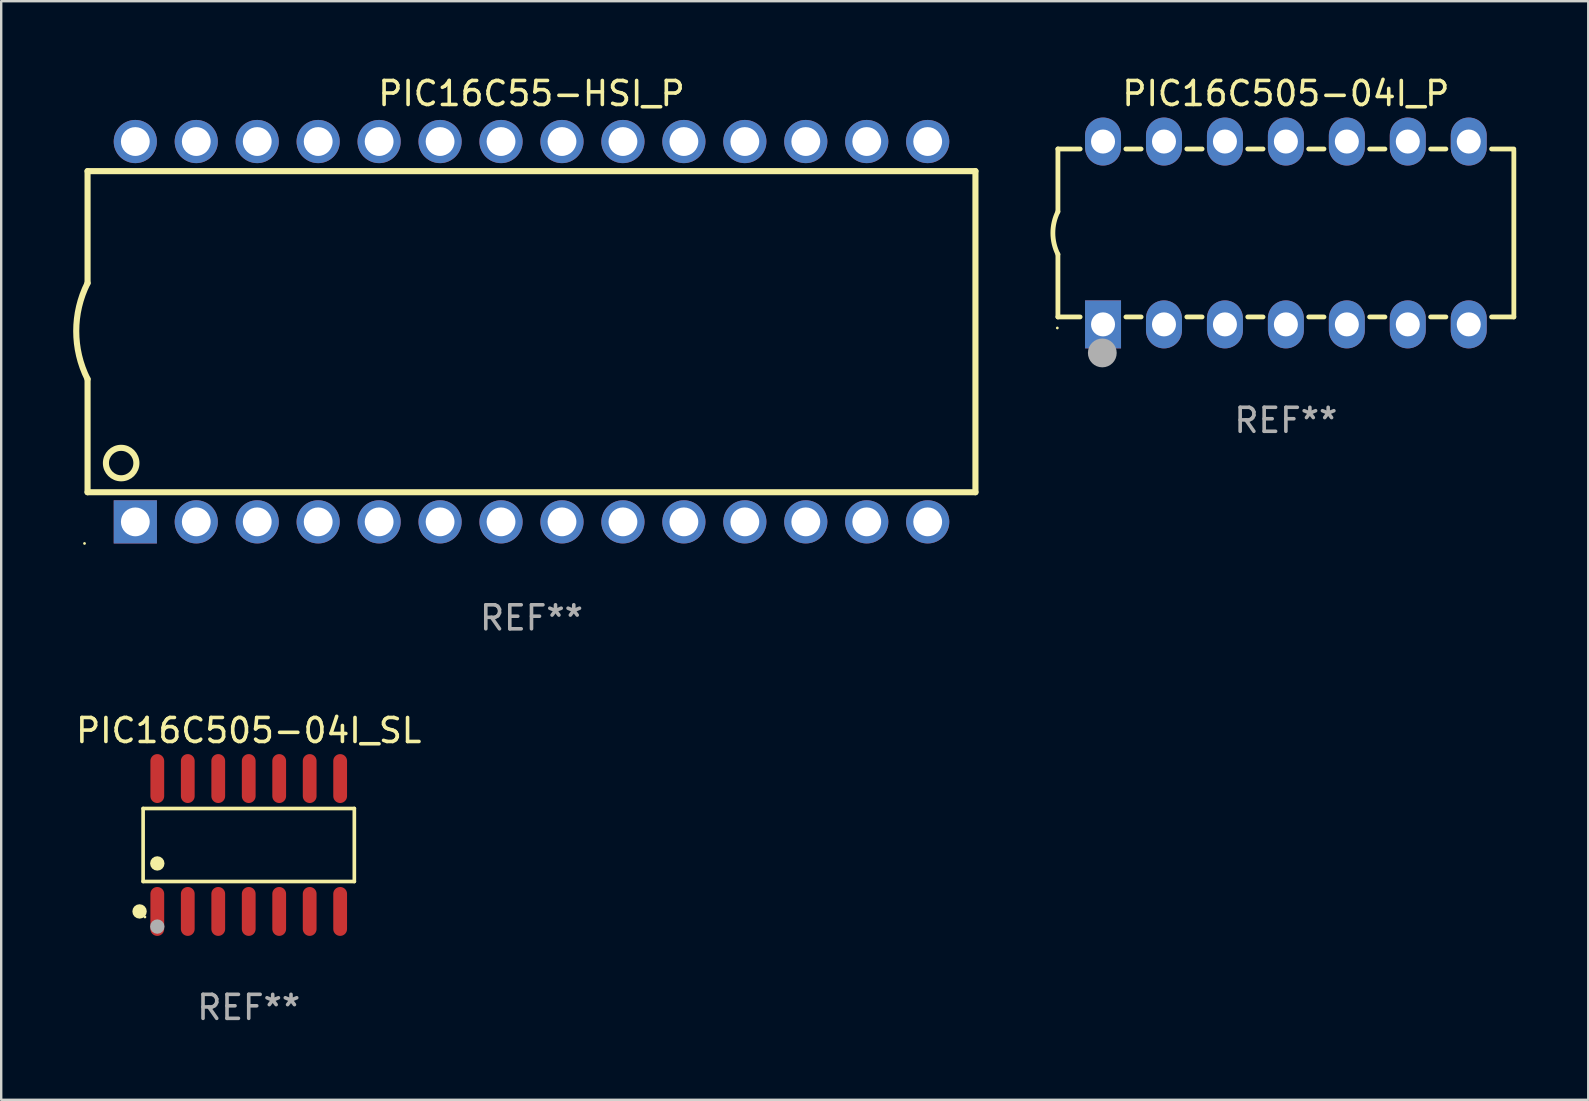
<source format=kicad_pcb>
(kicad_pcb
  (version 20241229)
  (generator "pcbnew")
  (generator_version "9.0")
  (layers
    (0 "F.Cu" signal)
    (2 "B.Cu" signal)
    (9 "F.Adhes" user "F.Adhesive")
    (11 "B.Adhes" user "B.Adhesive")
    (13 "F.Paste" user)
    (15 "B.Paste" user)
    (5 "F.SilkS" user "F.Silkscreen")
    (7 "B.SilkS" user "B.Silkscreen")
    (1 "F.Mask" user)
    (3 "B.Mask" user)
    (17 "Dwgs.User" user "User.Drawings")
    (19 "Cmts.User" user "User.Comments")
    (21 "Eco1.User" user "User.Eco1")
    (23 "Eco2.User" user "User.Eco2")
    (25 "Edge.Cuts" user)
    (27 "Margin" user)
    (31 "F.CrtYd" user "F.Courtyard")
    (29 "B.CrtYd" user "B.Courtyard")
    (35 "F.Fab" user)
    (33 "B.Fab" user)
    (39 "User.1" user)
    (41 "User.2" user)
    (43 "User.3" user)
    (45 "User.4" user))
  (footprint "PIC16C505-04I_P"
    (layer "F.Cu")
    (at 50.536 6.658)
    (property "Reference" "PIC16C505-04I_P" (at 0 -5.81 0) (layer "F.SilkS") (effects (font (size 1 1) (thickness 0.15))))
    (attr through_hole)
    (fp_line (start -9.5 -3.5) (end -9.5 -0.889) (stroke (width 0.2) (type solid)) (layer "F.SilkS"))
    (fp_line (start -9.5 -3.5) (end -8.572 -3.5) (stroke (width 0.2) (type solid)) (layer "F.SilkS"))
    (fp_line (start -9.5 3.5) (end -9.5 0.889) (stroke (width 0.2) (type solid)) (layer "F.SilkS"))
    (fp_line (start -9.5 3.5) (end -8.574 3.5) (stroke (width 0.2) (type solid)) (layer "F.SilkS"))
    (fp_line (start -6.668 -3.5) (end -6.032 -3.5) (stroke (width 0.2) (type solid)) (layer "F.SilkS"))
    (fp_line (start -6.666 3.5) (end -6.032 3.5) (stroke (width 0.2) (type solid)) (layer "F.SilkS"))
    (fp_line (start -4.128 -3.5) (end -3.492 -3.5) (stroke (width 0.2) (type solid)) (layer "F.SilkS"))
    (fp_line (start -4.128 3.5) (end -3.492 3.5) (stroke (width 0.2) (type solid)) (layer "F.SilkS"))
    (fp_line (start -1.588 -3.5) (end -0.952 -3.5) (stroke (width 0.2) (type solid)) (layer "F.SilkS"))
    (fp_line (start -1.588 3.5) (end -0.952 3.5) (stroke (width 0.2) (type solid)) (layer "F.SilkS"))
    (fp_line (start 0.952 -3.5) (end 1.588 -3.5) (stroke (width 0.2) (type solid)) (layer "F.SilkS"))
    (fp_line (start 0.952 3.5) (end 1.588 3.5) (stroke (width 0.2) (type solid)) (layer "F.SilkS"))
    (fp_line (start 3.492 -3.5) (end 4.128 -3.5) (stroke (width 0.2) (type solid)) (layer "F.SilkS"))
    (fp_line (start 3.492 3.5) (end 4.128 3.5) (stroke (width 0.2) (type solid)) (layer "F.SilkS"))
    (fp_line (start 6.032 -3.5) (end 6.668 -3.5) (stroke (width 0.2) (type solid)) (layer "F.SilkS"))
    (fp_line (start 6.032 3.5) (end 6.668 3.5) (stroke (width 0.2) (type solid)) (layer "F.SilkS"))
    (fp_line (start 8.572 -3.5) (end 9.5 -3.5) (stroke (width 0.2) (type solid)) (layer "F.SilkS"))
    (fp_line (start 8.572 3.5) (end 9.5 3.5) (stroke (width 0.2) (type solid)) (layer "F.SilkS"))
    (fp_line (start 9.5 3.5) (end 9.5 -3.429) (stroke (width 0.2) (type solid)) (layer "F.SilkS"))
    (fp_arc (start -9.499619 0.889001) (mid -9.709623 0.000047) (end -9.500025 -0.889002) (stroke (width 0.2) (type solid)) (layer "F.SilkS"))
    (fp_circle (center -9.525 3.96) (end -9.495 3.96) (stroke (width 0.06) (type solid)) (fill no) (layer "F.SilkS"))
    (fp_circle (center -7.65 5) (end -7.35 5) (stroke (width 0.6) (type solid)) (fill no) (layer "F.Fab"))
    (fp_text user "REF**" (at 0 7.81 0) (layer "F.Fab") (effects (font (size 1 1) (thickness 0.15))))
    (pad "1" thru_hole rect (at -7.62 3.81 90) (size 2 1.5) (drill 1) (layers "*.Cu" "*.Mask"))
    (pad "2" thru_hole oval (at -5.08 3.81 90) (size 2 1.5) (drill 1) (layers "*.Cu" "*.Mask"))
    (pad "3" thru_hole oval (at -2.54 3.81 90) (size 2 1.5) (drill 1) (layers "*.Cu" "*.Mask"))
    (pad "4" thru_hole oval (at 0 3.81 90) (size 2 1.5) (drill 1) (layers "*.Cu" "*.Mask"))
    (pad "5" thru_hole oval (at 2.54 3.81 90) (size 2 1.5) (drill 1) (layers "*.Cu" "*.Mask"))
    (pad "6" thru_hole oval (at 5.08 3.81 90) (size 2 1.5) (drill 1) (layers "*.Cu" "*.Mask"))
    (pad "7" thru_hole oval (at 7.62 3.81 90) (size 2 1.5) (drill 1) (layers "*.Cu" "*.Mask"))
    (pad "8" thru_hole oval (at 7.62 -3.81 90) (size 2 1.5) (drill 1) (layers "*.Cu" "*.Mask"))
    (pad "9" thru_hole oval (at 5.08 -3.81 90) (size 2 1.5) (drill 1) (layers "*.Cu" "*.Mask"))
    (pad "10" thru_hole oval (at 2.54 -3.81 90) (size 2 1.5) (drill 1) (layers "*.Cu" "*.Mask"))
    (pad "11" thru_hole oval (at 0 -3.81 90) (size 2 1.5) (drill 1) (layers "*.Cu" "*.Mask"))
    (pad "12" thru_hole oval (at -2.54 -3.81 90) (size 2 1.5) (drill 1) (layers "*.Cu" "*.Mask"))
    (pad "13" thru_hole oval (at -5.08 -3.81 90) (size 2 1.5) (drill 1) (layers "*.Cu" "*.Mask"))
    (pad "14" thru_hole oval (at -7.62 -3.81 90) (size 2 1.5) (drill 1) (layers "*.Cu" "*.Mask")))
  (footprint "PIC16C505-04I_SL"
    (layer "F.Cu")
    (at 7.315 32.163)
    (property "Reference" "PIC16C505-04I_SL" (at 0 -4.769 0) (layer "F.SilkS") (effects (font (size 1 1) (thickness 0.15))))
    (attr through_hole)
    (fp_line (start -4.401 -1.521) (end 4.401 -1.521) (stroke (width 0.152) (type solid)) (layer "F.SilkS"))
    (fp_line (start -4.401 1.521) (end -4.401 -1.521) (stroke (width 0.152) (type solid)) (layer "F.SilkS"))
    (fp_line (start 4.401 -1.521) (end 4.401 1.521) (stroke (width 0.152) (type solid)) (layer "F.SilkS"))
    (fp_line (start 4.401 1.521) (end -4.401 1.521) (stroke (width 0.152) (type solid)) (layer "F.SilkS"))
    (fp_circle (center -4.549 2.769) (end -4.399 2.769) (stroke (width 0.3) (type solid)) (fill no) (layer "F.SilkS"))
    (fp_circle (center -4.325 3) (end -4.295 3) (stroke (width 0.06) (type solid)) (fill no) (layer "F.SilkS"))
    (fp_circle (center -3.81 0.769) (end -3.66 0.769) (stroke (width 0.3) (type solid)) (fill no) (layer "F.SilkS"))
    (fp_circle (center -3.81 3.4) (end -3.66 3.4) (stroke (width 0.3) (type solid)) (fill no) (layer "F.Fab"))
    (fp_text user "REF**" (at 0 6.769 0) (layer "F.Fab") (effects (font (size 1 1) (thickness 0.15))))
    (pad "1" smd oval (at -3.81 2.769) (size 0.574 2.038) (layers "F.Cu" "F.Mask" "F.Paste"))
    (pad "2" smd oval (at -2.54 2.769) (size 0.574 2.038) (layers "F.Cu" "F.Mask" "F.Paste"))
    (pad "3" smd oval (at -1.27 2.769) (size 0.574 2.038) (layers "F.Cu" "F.Mask" "F.Paste"))
    (pad "4" smd oval (at 0 2.769) (size 0.574 2.038) (layers "F.Cu" "F.Mask" "F.Paste"))
    (pad "5" smd oval (at 1.27 2.769) (size 0.574 2.038) (layers "F.Cu" "F.Mask" "F.Paste"))
    (pad "6" smd oval (at 2.54 2.769) (size 0.574 2.038) (layers "F.Cu" "F.Mask" "F.Paste"))
    (pad "7" smd oval (at 3.81 2.769) (size 0.574 2.038) (layers "F.Cu" "F.Mask" "F.Paste"))
    (pad "8" smd oval (at 3.81 -2.769) (size 0.574 2.038) (layers "F.Cu" "F.Mask" "F.Paste"))
    (pad "9" smd oval (at 2.54 -2.769) (size 0.574 2.038) (layers "F.Cu" "F.Mask" "F.Paste"))
    (pad "10" smd oval (at 1.27 -2.769) (size 0.574 2.038) (layers "F.Cu" "F.Mask" "F.Paste"))
    (pad "11" smd oval (at 0 -2.769) (size 0.574 2.038) (layers "F.Cu" "F.Mask" "F.Paste"))
    (pad "12" smd oval (at -1.27 -2.769) (size 0.574 2.038) (layers "F.Cu" "F.Mask" "F.Paste"))
    (pad "13" smd oval (at -2.54 -2.769) (size 0.574 2.038) (layers "F.Cu" "F.Mask" "F.Paste"))
    (pad "14" smd oval (at -3.81 -2.769) (size 0.574 2.038) (layers "F.Cu" "F.Mask" "F.Paste")))
  (footprint "PIC16C55-HSI_P"
    (layer "F.Cu")
    (at 19.099 10.773)
    (property "Reference" "PIC16C55-HSI_P" (at 0 -9.925 0) (layer "F.SilkS") (effects (font (size 1 1) (thickness 0.15))))
    (attr through_hole)
    (fp_line (start -18.5 -6.692) (end -18.5 -2.026) (stroke (width 0.254) (type solid)) (layer "F.SilkS"))
    (fp_line (start -18.5 6.689) (end -18.5 1.974) (stroke (width 0.254) (type solid)) (layer "F.SilkS"))
    (fp_line (start -18.5 6.689) (end 18.5 6.689) (stroke (width 0.254) (type solid)) (layer "F.SilkS"))
    (fp_line (start 18.5 -6.692) (end -18.5 -6.692) (stroke (width 0.254) (type solid)) (layer "F.SilkS"))
    (fp_line (start 18.5 6.689) (end 18.5 -6.692) (stroke (width 0.254) (type solid)) (layer "F.SilkS"))
    (fp_arc (start -18.500051 1.974346) (mid -18.972187 -0.025654) (end -18.500051 -2.025654) (stroke (width 0.254001) (type solid)) (layer "F.SilkS"))
    (fp_circle (center -18.627 8.824) (end -18.597 8.824) (stroke (width 0.06) (type solid)) (fill no) (layer "F.SilkS"))
    (fp_circle (center -17.1 5.474) (end -16.465 5.474) (stroke (width 0.254) (type solid)) (fill no) (layer "F.SilkS"))
    (fp_text user "REF**" (at 0 11.925 0) (layer "F.Fab") (effects (font (size 1 1) (thickness 0.15))))
    (pad "1" thru_hole rect (at -16.51 7.925) (size 1.8 1.8) (drill 1.2) (layers "*.Cu" "*.Mask"))
    (pad "2" thru_hole circle (at -13.97 7.924) (size 1.8 1.8) (drill 1.2) (layers "*.Cu" "*.Mask"))
    (pad "3" thru_hole circle (at -11.43 7.924) (size 1.8 1.8) (drill 1.2) (layers "*.Cu" "*.Mask"))
    (pad "4" thru_hole circle (at -8.89 7.924) (size 1.8 1.8) (drill 1.2) (layers "*.Cu" "*.Mask"))
    (pad "5" thru_hole circle (at -6.35 7.924) (size 1.8 1.8) (drill 1.2) (layers "*.Cu" "*.Mask"))
    (pad "6" thru_hole circle (at -3.81 7.924) (size 1.8 1.8) (drill 1.2) (layers "*.Cu" "*.Mask"))
    (pad "7" thru_hole circle (at -1.27 7.924) (size 1.8 1.8) (drill 1.2) (layers "*.Cu" "*.Mask"))
    (pad "8" thru_hole circle (at 1.27 7.924) (size 1.8 1.8) (drill 1.2) (layers "*.Cu" "*.Mask"))
    (pad "9" thru_hole circle (at 3.81 7.924) (size 1.8 1.8) (drill 1.2) (layers "*.Cu" "*.Mask"))
    (pad "10" thru_hole circle (at 6.35 7.924) (size 1.8 1.8) (drill 1.2) (layers "*.Cu" "*.Mask"))
    (pad "11" thru_hole circle (at 8.89 7.924) (size 1.8 1.8) (drill 1.2) (layers "*.Cu" "*.Mask"))
    (pad "12" thru_hole circle (at 11.43 7.924) (size 1.8 1.8) (drill 1.2) (layers "*.Cu" "*.Mask"))
    (pad "13" thru_hole circle (at 13.97 7.924) (size 1.8 1.8) (drill 1.2) (layers "*.Cu" "*.Mask"))
    (pad "14" thru_hole circle (at 16.51 7.924) (size 1.8 1.8) (drill 1.2) (layers "*.Cu" "*.Mask"))
    (pad "15" thru_hole circle (at 16.51 -7.925) (size 1.8 1.8) (drill 1.2) (layers "*.Cu" "*.Mask"))
    (pad "16" thru_hole circle (at 13.97 -7.925) (size 1.8 1.8) (drill 1.2) (layers "*.Cu" "*.Mask"))
    (pad "17" thru_hole circle (at 11.43 -7.925) (size 1.8 1.8) (drill 1.2) (layers "*.Cu" "*.Mask"))
    (pad "18" thru_hole circle (at 8.89 -7.925) (size 1.8 1.8) (drill 1.2) (layers "*.Cu" "*.Mask"))
    (pad "19" thru_hole circle (at 6.35 -7.925) (size 1.8 1.8) (drill 1.2) (layers "*.Cu" "*.Mask"))
    (pad "20" thru_hole circle (at 3.81 -7.925) (size 1.8 1.8) (drill 1.2) (layers "*.Cu" "*.Mask"))
    (pad "21" thru_hole circle (at 1.27 -7.925) (size 1.8 1.8) (drill 1.2) (layers "*.Cu" "*.Mask"))
    (pad "22" thru_hole circle (at -1.27 -7.925) (size 1.8 1.8) (drill 1.2) (layers "*.Cu" "*.Mask"))
    (pad "23" thru_hole circle (at -3.81 -7.925) (size 1.8 1.8) (drill 1.2) (layers "*.Cu" "*.Mask"))
    (pad "24" thru_hole circle (at -6.35 -7.925) (size 1.8 1.8) (drill 1.2) (layers "*.Cu" "*.Mask"))
    (pad "25" thru_hole circle (at -8.89 -7.925) (size 1.8 1.8) (drill 1.2) (layers "*.Cu" "*.Mask"))
    (pad "26" thru_hole circle (at -11.43 -7.925) (size 1.8 1.8) (drill 1.2) (layers "*.Cu" "*.Mask"))
    (pad "27" thru_hole circle (at -13.97 -7.925) (size 1.8 1.8) (drill 1.2) (layers "*.Cu" "*.Mask"))
    (pad "28" thru_hole circle (at -16.51 -7.925) (size 1.8 1.8) (drill 1.2) (layers "*.Cu" "*.Mask")))
  (gr_rect
    (start -3 -3)
    (end 63.136 42.781)
    (stroke (width 0.1) (type default))
    (fill no)
    (layer "Edge.Cuts")))
</source>
